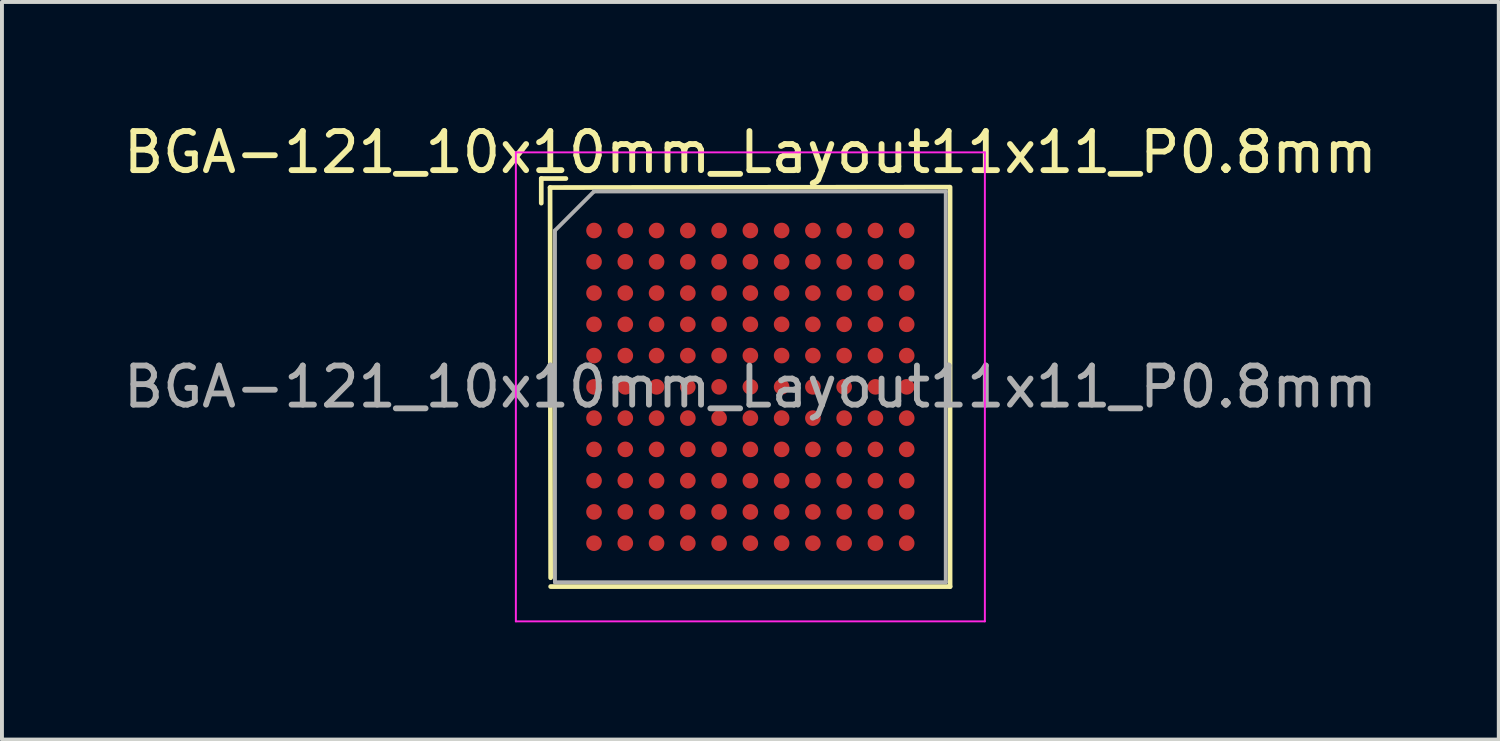
<source format=kicad_pcb>
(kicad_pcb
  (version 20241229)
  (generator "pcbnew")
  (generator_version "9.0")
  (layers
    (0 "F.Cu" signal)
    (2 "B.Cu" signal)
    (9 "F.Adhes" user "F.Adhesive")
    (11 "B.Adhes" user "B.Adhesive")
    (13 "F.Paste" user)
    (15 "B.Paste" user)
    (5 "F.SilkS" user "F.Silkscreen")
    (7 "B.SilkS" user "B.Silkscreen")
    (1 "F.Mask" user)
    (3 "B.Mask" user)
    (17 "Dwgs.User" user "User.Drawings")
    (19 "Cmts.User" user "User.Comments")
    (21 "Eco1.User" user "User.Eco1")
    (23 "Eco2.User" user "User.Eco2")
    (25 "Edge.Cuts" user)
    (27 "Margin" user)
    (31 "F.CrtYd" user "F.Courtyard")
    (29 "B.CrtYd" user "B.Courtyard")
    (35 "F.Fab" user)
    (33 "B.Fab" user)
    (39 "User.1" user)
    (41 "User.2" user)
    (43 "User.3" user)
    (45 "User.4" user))
  (footprint "BGA-121_10x10mm_Layout11x11_P0.8mm"
    (layer "F.Cu")
    (at 16.149 6.848)
    (property "Reference" "BGA-121_10x10mm_Layout11x11_P0.8mm" (at 0 -6 0) (layer "F.SilkS") (effects (font (size 1 1) (thickness 0.15))))
    (attr smd)
    (fp_line (start -5.35 -5.33) (end -5.35 -4.7) (stroke (width 0.12) (type solid)) (layer "F.SilkS"))
    (fp_line (start -5.35 -5.33) (end -4.72 -5.33) (stroke (width 0.12) (type solid)) (layer "F.SilkS"))
    (fp_line (start -5.125 -5.1) (end 5.085 -5.11) (stroke (width 0.12) (type solid)) (layer "F.SilkS"))
    (fp_line (start -5.11 4.885) (end -5.125 -5.1) (stroke (width 0.12) (type solid)) (layer "F.SilkS"))
    (fp_line (start 5.11 -5.11) (end 5.11 5.11) (stroke (width 0.12) (type solid)) (layer "F.SilkS"))
    (fp_line (start 5.11 5.11) (end -5.11 5.11) (stroke (width 0.12) (type solid)) (layer "F.SilkS"))
    (fp_line (start -6 -6) (end -6 6) (stroke (width 0.05) (type solid)) (layer "F.CrtYd"))
    (fp_line (start -6 6) (end 6 6) (stroke (width 0.05) (type solid)) (layer "F.CrtYd"))
    (fp_line (start 6 -6) (end -6 -6) (stroke (width 0.05) (type solid)) (layer "F.CrtYd"))
    (fp_line (start 6 6) (end 6 -6) (stroke (width 0.05) (type solid)) (layer "F.CrtYd"))
    (fp_line (start -5 -4) (end -4 -5) (stroke (width 0.1) (type solid)) (layer "F.Fab"))
    (fp_line (start -5 5) (end -5 -4) (stroke (width 0.1) (type solid)) (layer "F.Fab"))
    (fp_line (start -4 -5) (end 5 -5) (stroke (width 0.1) (type solid)) (layer "F.Fab"))
    (fp_line (start 5 -5) (end 5 5) (stroke (width 0.1) (type solid)) (layer "F.Fab"))
    (fp_line (start 5 5) (end -5 5) (stroke (width 0.1) (type solid)) (layer "F.Fab"))
    (fp_text user "${REFERENCE}" (at 0 0 0) (layer "F.Fab") (effects (font (size 1 1) (thickness 0.15))))
    (pad "A1" smd circle (at -4 -4) (size 0.4 0.4) (layers "F.Cu" "F.Mask" "F.Paste"))
    (pad "A2" smd circle (at -3.2 -4) (size 0.4 0.4) (layers "F.Cu" "F.Mask" "F.Paste"))
    (pad "A3" smd circle (at -2.4 -4) (size 0.4 0.4) (layers "F.Cu" "F.Mask" "F.Paste"))
    (pad "A4" smd circle (at -1.6 -4) (size 0.4 0.4) (layers "F.Cu" "F.Mask" "F.Paste"))
    (pad "A5" smd circle (at -0.8 -4) (size 0.4 0.4) (layers "F.Cu" "F.Mask" "F.Paste"))
    (pad "A6" smd circle (at 0 -4) (size 0.4 0.4) (layers "F.Cu" "F.Mask" "F.Paste"))
    (pad "A7" smd circle (at 0.8 -4) (size 0.4 0.4) (layers "F.Cu" "F.Mask" "F.Paste"))
    (pad "A8" smd circle (at 1.6 -4) (size 0.4 0.4) (layers "F.Cu" "F.Mask" "F.Paste"))
    (pad "A9" smd circle (at 2.4 -4) (size 0.4 0.4) (layers "F.Cu" "F.Mask" "F.Paste"))
    (pad "A10" smd circle (at 3.2 -4) (size 0.4 0.4) (layers "F.Cu" "F.Mask" "F.Paste"))
    (pad "A11" smd circle (at 4 -4) (size 0.4 0.4) (layers "F.Cu" "F.Mask" "F.Paste"))
    (pad "B1" smd circle (at -4 -3.2) (size 0.4 0.4) (layers "F.Cu" "F.Mask" "F.Paste"))
    (pad "B2" smd circle (at -3.2 -3.2) (size 0.4 0.4) (layers "F.Cu" "F.Mask" "F.Paste"))
    (pad "B3" smd circle (at -2.4 -3.2) (size 0.4 0.4) (layers "F.Cu" "F.Mask" "F.Paste"))
    (pad "B4" smd circle (at -1.6 -3.2) (size 0.4 0.4) (layers "F.Cu" "F.Mask" "F.Paste"))
    (pad "B5" smd circle (at -0.8 -3.2) (size 0.4 0.4) (layers "F.Cu" "F.Mask" "F.Paste"))
    (pad "B6" smd circle (at 0 -3.2) (size 0.4 0.4) (layers "F.Cu" "F.Mask" "F.Paste"))
    (pad "B7" smd circle (at 0.8 -3.2) (size 0.4 0.4) (layers "F.Cu" "F.Mask" "F.Paste"))
    (pad "B8" smd circle (at 1.6 -3.2) (size 0.4 0.4) (layers "F.Cu" "F.Mask" "F.Paste"))
    (pad "B9" smd circle (at 2.4 -3.2) (size 0.4 0.4) (layers "F.Cu" "F.Mask" "F.Paste"))
    (pad "B10" smd circle (at 3.2 -3.2) (size 0.4 0.4) (layers "F.Cu" "F.Mask" "F.Paste"))
    (pad "B11" smd circle (at 4 -3.2) (size 0.4 0.4) (layers "F.Cu" "F.Mask" "F.Paste"))
    (pad "C1" smd circle (at -4 -2.4) (size 0.4 0.4) (layers "F.Cu" "F.Mask" "F.Paste"))
    (pad "C2" smd circle (at -3.2 -2.4) (size 0.4 0.4) (layers "F.Cu" "F.Mask" "F.Paste"))
    (pad "C3" smd circle (at -2.4 -2.4) (size 0.4 0.4) (layers "F.Cu" "F.Mask" "F.Paste"))
    (pad "C4" smd circle (at -1.6 -2.4) (size 0.4 0.4) (layers "F.Cu" "F.Mask" "F.Paste"))
    (pad "C5" smd circle (at -0.8 -2.4) (size 0.4 0.4) (layers "F.Cu" "F.Mask" "F.Paste"))
    (pad "C6" smd circle (at 0 -2.4) (size 0.4 0.4) (layers "F.Cu" "F.Mask" "F.Paste"))
    (pad "C7" smd circle (at 0.8 -2.4) (size 0.4 0.4) (layers "F.Cu" "F.Mask" "F.Paste"))
    (pad "C8" smd circle (at 1.6 -2.4) (size 0.4 0.4) (layers "F.Cu" "F.Mask" "F.Paste"))
    (pad "C9" smd circle (at 2.4 -2.4) (size 0.4 0.4) (layers "F.Cu" "F.Mask" "F.Paste"))
    (pad "C10" smd circle (at 3.2 -2.4) (size 0.4 0.4) (layers "F.Cu" "F.Mask" "F.Paste"))
    (pad "C11" smd circle (at 4 -2.4) (size 0.4 0.4) (layers "F.Cu" "F.Mask" "F.Paste"))
    (pad "D1" smd circle (at -4 -1.6) (size 0.4 0.4) (layers "F.Cu" "F.Mask" "F.Paste"))
    (pad "D2" smd circle (at -3.2 -1.6) (size 0.4 0.4) (layers "F.Cu" "F.Mask" "F.Paste"))
    (pad "D3" smd circle (at -2.4 -1.6) (size 0.4 0.4) (layers "F.Cu" "F.Mask" "F.Paste"))
    (pad "D4" smd circle (at -1.6 -1.6) (size 0.4 0.4) (layers "F.Cu" "F.Mask" "F.Paste"))
    (pad "D5" smd circle (at -0.8 -1.6) (size 0.4 0.4) (layers "F.Cu" "F.Mask" "F.Paste"))
    (pad "D6" smd circle (at 0 -1.6) (size 0.4 0.4) (layers "F.Cu" "F.Mask" "F.Paste"))
    (pad "D7" smd circle (at 0.8 -1.6) (size 0.4 0.4) (layers "F.Cu" "F.Mask" "F.Paste"))
    (pad "D8" smd circle (at 1.6 -1.6) (size 0.4 0.4) (layers "F.Cu" "F.Mask" "F.Paste"))
    (pad "D9" smd circle (at 2.4 -1.6) (size 0.4 0.4) (layers "F.Cu" "F.Mask" "F.Paste"))
    (pad "D10" smd circle (at 3.2 -1.6) (size 0.4 0.4) (layers "F.Cu" "F.Mask" "F.Paste"))
    (pad "D11" smd circle (at 4 -1.6) (size 0.4 0.4) (layers "F.Cu" "F.Mask" "F.Paste"))
    (pad "E1" smd circle (at -4 -0.8) (size 0.4 0.4) (layers "F.Cu" "F.Mask" "F.Paste"))
    (pad "E2" smd circle (at -3.2 -0.8) (size 0.4 0.4) (layers "F.Cu" "F.Mask" "F.Paste"))
    (pad "E3" smd circle (at -2.4 -0.8) (size 0.4 0.4) (layers "F.Cu" "F.Mask" "F.Paste"))
    (pad "E4" smd circle (at -1.6 -0.8) (size 0.4 0.4) (layers "F.Cu" "F.Mask" "F.Paste"))
    (pad "E5" smd circle (at -0.8 -0.8) (size 0.4 0.4) (layers "F.Cu" "F.Mask" "F.Paste"))
    (pad "E6" smd circle (at 0 -0.8) (size 0.4 0.4) (layers "F.Cu" "F.Mask" "F.Paste"))
    (pad "E7" smd circle (at 0.8 -0.8) (size 0.4 0.4) (layers "F.Cu" "F.Mask" "F.Paste"))
    (pad "E8" smd circle (at 1.6 -0.8) (size 0.4 0.4) (layers "F.Cu" "F.Mask" "F.Paste"))
    (pad "E9" smd circle (at 2.4 -0.8) (size 0.4 0.4) (layers "F.Cu" "F.Mask" "F.Paste"))
    (pad "E10" smd circle (at 3.2 -0.8) (size 0.4 0.4) (layers "F.Cu" "F.Mask" "F.Paste"))
    (pad "E11" smd circle (at 4 -0.8) (size 0.4 0.4) (layers "F.Cu" "F.Mask" "F.Paste"))
    (pad "F1" smd circle (at -4 0) (size 0.4 0.4) (layers "F.Cu" "F.Mask" "F.Paste"))
    (pad "F2" smd circle (at -3.2 0) (size 0.4 0.4) (layers "F.Cu" "F.Mask" "F.Paste"))
    (pad "F3" smd circle (at -2.4 0) (size 0.4 0.4) (layers "F.Cu" "F.Mask" "F.Paste"))
    (pad "F4" smd circle (at -1.6 0) (size 0.4 0.4) (layers "F.Cu" "F.Mask" "F.Paste"))
    (pad "F5" smd circle (at -0.8 0) (size 0.4 0.4) (layers "F.Cu" "F.Mask" "F.Paste"))
    (pad "F6" smd circle (at 0 0) (size 0.4 0.4) (layers "F.Cu" "F.Mask" "F.Paste"))
    (pad "F7" smd circle (at 0.8 0) (size 0.4 0.4) (layers "F.Cu" "F.Mask" "F.Paste"))
    (pad "F8" smd circle (at 1.6 0) (size 0.4 0.4) (layers "F.Cu" "F.Mask" "F.Paste"))
    (pad "F9" smd circle (at 2.4 0) (size 0.4 0.4) (layers "F.Cu" "F.Mask" "F.Paste"))
    (pad "F10" smd circle (at 3.2 0) (size 0.4 0.4) (layers "F.Cu" "F.Mask" "F.Paste"))
    (pad "F11" smd circle (at 4 0) (size 0.4 0.4) (layers "F.Cu" "F.Mask" "F.Paste"))
    (pad "G1" smd circle (at -4 0.8) (size 0.4 0.4) (layers "F.Cu" "F.Mask" "F.Paste"))
    (pad "G2" smd circle (at -3.2 0.8) (size 0.4 0.4) (layers "F.Cu" "F.Mask" "F.Paste"))
    (pad "G3" smd circle (at -2.4 0.8) (size 0.4 0.4) (layers "F.Cu" "F.Mask" "F.Paste"))
    (pad "G4" smd circle (at -1.6 0.8) (size 0.4 0.4) (layers "F.Cu" "F.Mask" "F.Paste"))
    (pad "G5" smd circle (at -0.8 0.8) (size 0.4 0.4) (layers "F.Cu" "F.Mask" "F.Paste"))
    (pad "G6" smd circle (at 0 0.8) (size 0.4 0.4) (layers "F.Cu" "F.Mask" "F.Paste"))
    (pad "G7" smd circle (at 0.8 0.8) (size 0.4 0.4) (layers "F.Cu" "F.Mask" "F.Paste"))
    (pad "G8" smd circle (at 1.6 0.8) (size 0.4 0.4) (layers "F.Cu" "F.Mask" "F.Paste"))
    (pad "G9" smd circle (at 2.4 0.8) (size 0.4 0.4) (layers "F.Cu" "F.Mask" "F.Paste"))
    (pad "G10" smd circle (at 3.2 0.8) (size 0.4 0.4) (layers "F.Cu" "F.Mask" "F.Paste"))
    (pad "G11" smd circle (at 4 0.8) (size 0.4 0.4) (layers "F.Cu" "F.Mask" "F.Paste"))
    (pad "H1" smd circle (at -4 1.6) (size 0.4 0.4) (layers "F.Cu" "F.Mask" "F.Paste"))
    (pad "H2" smd circle (at -3.2 1.6) (size 0.4 0.4) (layers "F.Cu" "F.Mask" "F.Paste"))
    (pad "H3" smd circle (at -2.4 1.6) (size 0.4 0.4) (layers "F.Cu" "F.Mask" "F.Paste"))
    (pad "H4" smd circle (at -1.6 1.6) (size 0.4 0.4) (layers "F.Cu" "F.Mask" "F.Paste"))
    (pad "H5" smd circle (at -0.8 1.6) (size 0.4 0.4) (layers "F.Cu" "F.Mask" "F.Paste"))
    (pad "H6" smd circle (at 0 1.6) (size 0.4 0.4) (layers "F.Cu" "F.Mask" "F.Paste"))
    (pad "H7" smd circle (at 0.8 1.6) (size 0.4 0.4) (layers "F.Cu" "F.Mask" "F.Paste"))
    (pad "H8" smd circle (at 1.6 1.6) (size 0.4 0.4) (layers "F.Cu" "F.Mask" "F.Paste"))
    (pad "H9" smd circle (at 2.4 1.6) (size 0.4 0.4) (layers "F.Cu" "F.Mask" "F.Paste"))
    (pad "H10" smd circle (at 3.2 1.6) (size 0.4 0.4) (layers "F.Cu" "F.Mask" "F.Paste"))
    (pad "H11" smd circle (at 4 1.6) (size 0.4 0.4) (layers "F.Cu" "F.Mask" "F.Paste"))
    (pad "J1" smd circle (at -4 2.4) (size 0.4 0.4) (layers "F.Cu" "F.Mask" "F.Paste"))
    (pad "J2" smd circle (at -3.2 2.4) (size 0.4 0.4) (layers "F.Cu" "F.Mask" "F.Paste"))
    (pad "J3" smd circle (at -2.4 2.4) (size 0.4 0.4) (layers "F.Cu" "F.Mask" "F.Paste"))
    (pad "J4" smd circle (at -1.6 2.4) (size 0.4 0.4) (layers "F.Cu" "F.Mask" "F.Paste"))
    (pad "J5" smd circle (at -0.8 2.4) (size 0.4 0.4) (layers "F.Cu" "F.Mask" "F.Paste"))
    (pad "J6" smd circle (at 0 2.4) (size 0.4 0.4) (layers "F.Cu" "F.Mask" "F.Paste"))
    (pad "J7" smd circle (at 0.8 2.4) (size 0.4 0.4) (layers "F.Cu" "F.Mask" "F.Paste"))
    (pad "J8" smd circle (at 1.6 2.4) (size 0.4 0.4) (layers "F.Cu" "F.Mask" "F.Paste"))
    (pad "J9" smd circle (at 2.4 2.4) (size 0.4 0.4) (layers "F.Cu" "F.Mask" "F.Paste"))
    (pad "J10" smd circle (at 3.2 2.4) (size 0.4 0.4) (layers "F.Cu" "F.Mask" "F.Paste"))
    (pad "J11" smd circle (at 4 2.4) (size 0.4 0.4) (layers "F.Cu" "F.Mask" "F.Paste"))
    (pad "K1" smd circle (at -4 3.2) (size 0.4 0.4) (layers "F.Cu" "F.Mask" "F.Paste"))
    (pad "K2" smd circle (at -3.2 3.2) (size 0.4 0.4) (layers "F.Cu" "F.Mask" "F.Paste"))
    (pad "K3" smd circle (at -2.4 3.2) (size 0.4 0.4) (layers "F.Cu" "F.Mask" "F.Paste"))
    (pad "K4" smd circle (at -1.6 3.2) (size 0.4 0.4) (layers "F.Cu" "F.Mask" "F.Paste"))
    (pad "K5" smd circle (at -0.8 3.2) (size 0.4 0.4) (layers "F.Cu" "F.Mask" "F.Paste"))
    (pad "K6" smd circle (at 0 3.2) (size 0.4 0.4) (layers "F.Cu" "F.Mask" "F.Paste"))
    (pad "K7" smd circle (at 0.8 3.2) (size 0.4 0.4) (layers "F.Cu" "F.Mask" "F.Paste"))
    (pad "K8" smd circle (at 1.6 3.2) (size 0.4 0.4) (layers "F.Cu" "F.Mask" "F.Paste"))
    (pad "K9" smd circle (at 2.4 3.2) (size 0.4 0.4) (layers "F.Cu" "F.Mask" "F.Paste"))
    (pad "K10" smd circle (at 3.2 3.2) (size 0.4 0.4) (layers "F.Cu" "F.Mask" "F.Paste"))
    (pad "K11" smd circle (at 4 3.2) (size 0.4 0.4) (layers "F.Cu" "F.Mask" "F.Paste"))
    (pad "L1" smd circle (at -4 4) (size 0.4 0.4) (layers "F.Cu" "F.Mask" "F.Paste"))
    (pad "L2" smd circle (at -3.2 4) (size 0.4 0.4) (layers "F.Cu" "F.Mask" "F.Paste"))
    (pad "L3" smd circle (at -2.4 4) (size 0.4 0.4) (layers "F.Cu" "F.Mask" "F.Paste"))
    (pad "L4" smd circle (at -1.6 4) (size 0.4 0.4) (layers "F.Cu" "F.Mask" "F.Paste"))
    (pad "L5" smd circle (at -0.8 4) (size 0.4 0.4) (layers "F.Cu" "F.Mask" "F.Paste"))
    (pad "L6" smd circle (at 0 4) (size 0.4 0.4) (layers "F.Cu" "F.Mask" "F.Paste"))
    (pad "L7" smd circle (at 0.8 4) (size 0.4 0.4) (layers "F.Cu" "F.Mask" "F.Paste"))
    (pad "L8" smd circle (at 1.6 4) (size 0.4 0.4) (layers "F.Cu" "F.Mask" "F.Paste"))
    (pad "L9" smd circle (at 2.4 4) (size 0.4 0.4) (layers "F.Cu" "F.Mask" "F.Paste"))
    (pad "L10" smd circle (at 3.2 4) (size 0.4 0.4) (layers "F.Cu" "F.Mask" "F.Paste"))
    (pad "L11" smd circle (at 4 4) (size 0.4 0.4) (layers "F.Cu" "F.Mask" "F.Paste")))
  (gr_rect
    (start -3 -3)
    (end 35.298 15.873)
    (stroke (width 0.1) (type default))
    (fill no)
    (layer "Edge.Cuts")))
</source>
